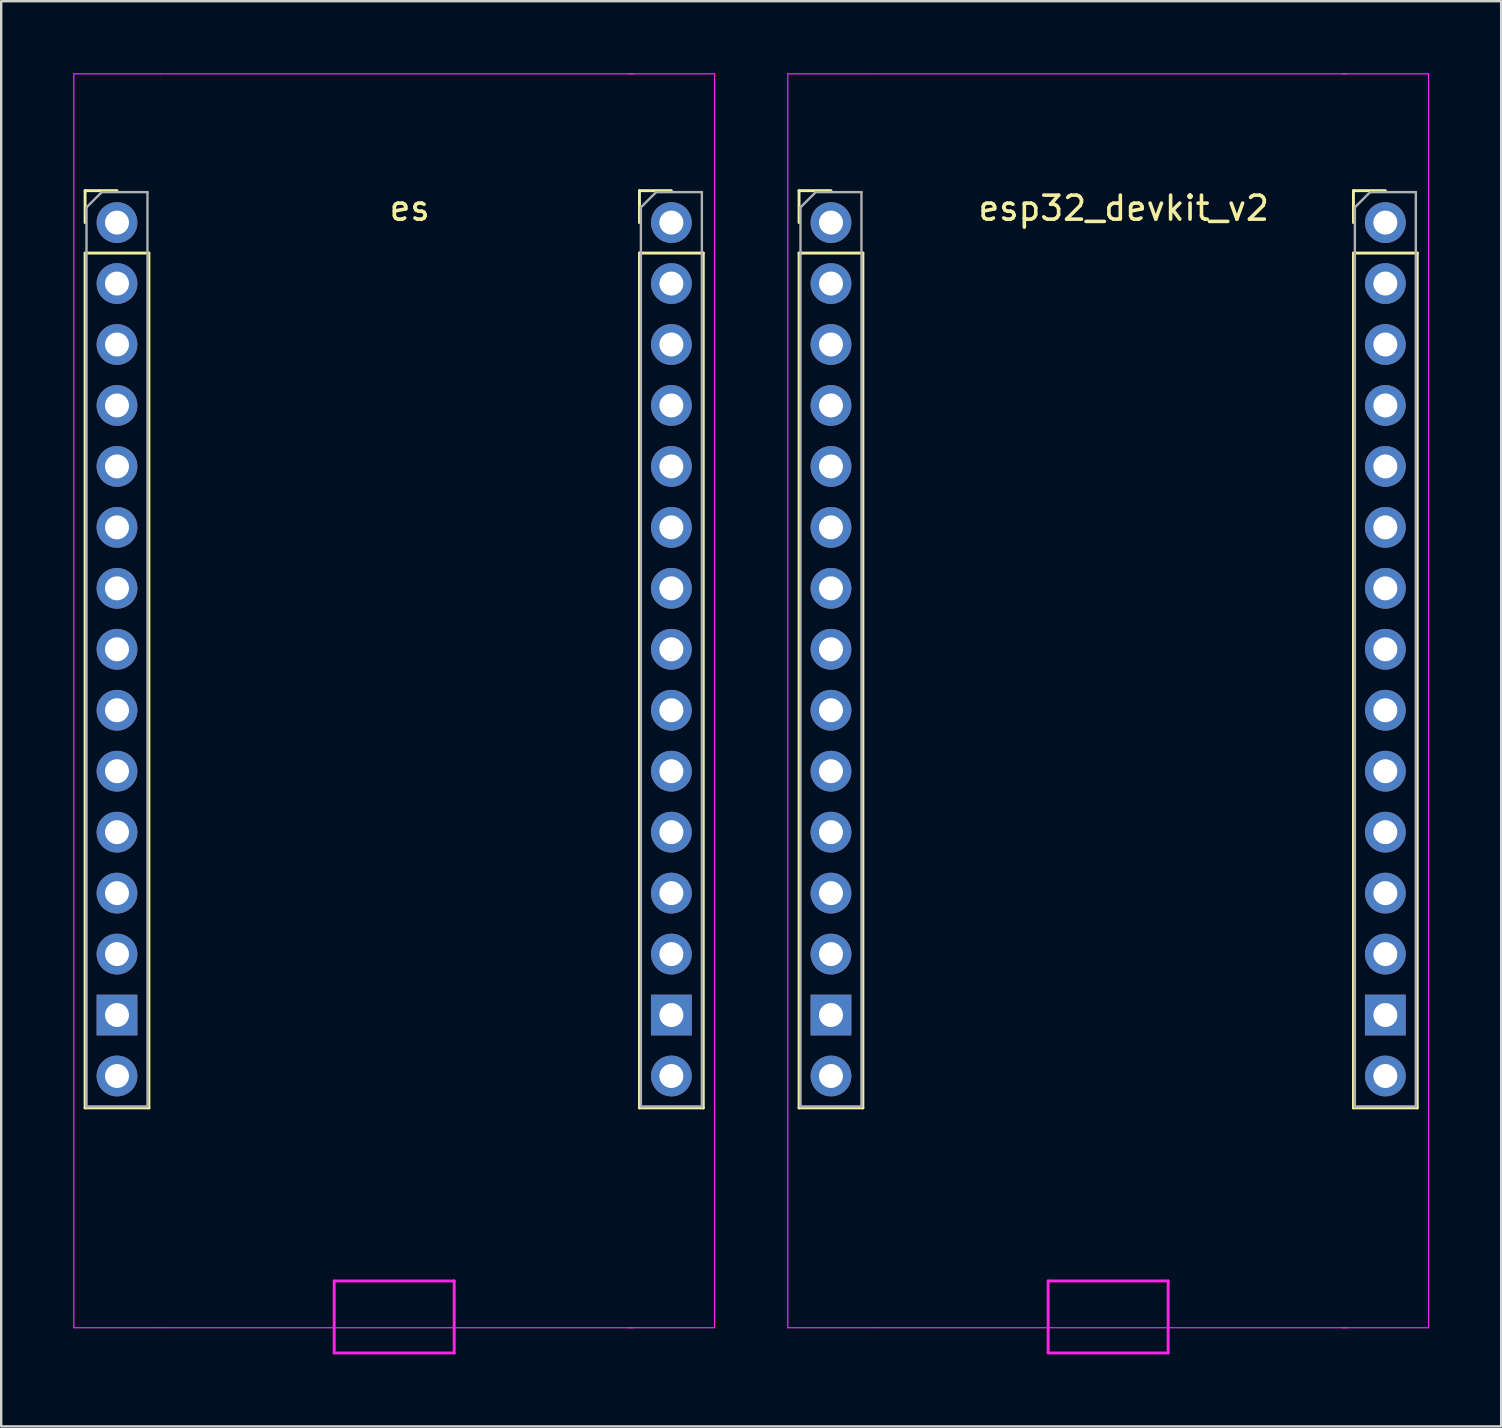
<source format=kicad_pcb>
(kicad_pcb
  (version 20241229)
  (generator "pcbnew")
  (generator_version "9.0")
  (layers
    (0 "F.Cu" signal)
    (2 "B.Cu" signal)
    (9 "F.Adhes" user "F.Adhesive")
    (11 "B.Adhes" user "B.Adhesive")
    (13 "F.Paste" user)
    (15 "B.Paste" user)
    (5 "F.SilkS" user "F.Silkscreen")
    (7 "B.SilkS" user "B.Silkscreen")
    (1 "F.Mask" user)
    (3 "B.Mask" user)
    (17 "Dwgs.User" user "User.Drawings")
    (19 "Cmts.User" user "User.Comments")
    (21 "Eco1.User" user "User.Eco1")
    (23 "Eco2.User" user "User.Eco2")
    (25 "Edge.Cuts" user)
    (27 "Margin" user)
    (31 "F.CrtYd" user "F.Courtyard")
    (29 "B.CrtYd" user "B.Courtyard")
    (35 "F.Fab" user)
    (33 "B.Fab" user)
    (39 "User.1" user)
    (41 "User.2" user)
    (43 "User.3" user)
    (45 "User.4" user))
  (footprint "esp32_devkit_v2"
    (layer "F.Cu")
    (at 31.575 6.225)
    (property "Reference" "esp32_devkit_v2" (at 12.2 -0.6 0) (layer "F.SilkS") (effects (font (size 1 1) (thickness 0.15))))
    (attr through_hole)
    (fp_line (start -1.33 -1.33) (end 0 -1.33) (stroke (width 0.12) (type solid)) (layer "F.SilkS"))
    (fp_line (start -1.33 0) (end -1.33 -1.33) (stroke (width 0.12) (type solid)) (layer "F.SilkS"))
    (fp_line (start -1.33 1.27) (end -1.33 36.89) (stroke (width 0.12) (type solid)) (layer "F.SilkS"))
    (fp_line (start -1.33 1.27) (end 1.33 1.27) (stroke (width 0.12) (type solid)) (layer "F.SilkS"))
    (fp_line (start -1.33 36.89) (end 1.33 36.89) (stroke (width 0.12) (type solid)) (layer "F.SilkS"))
    (fp_line (start 1.33 1.27) (end 1.33 36.89) (stroke (width 0.12) (type solid)) (layer "F.SilkS"))
    (fp_line (start 21.77 -1.33) (end 23.1 -1.33) (stroke (width 0.12) (type solid)) (layer "F.SilkS"))
    (fp_line (start 21.77 0) (end 21.77 -1.33) (stroke (width 0.12) (type solid)) (layer "F.SilkS"))
    (fp_line (start 21.77 1.27) (end 21.77 36.89) (stroke (width 0.12) (type solid)) (layer "F.SilkS"))
    (fp_line (start 21.77 1.27) (end 24.43 1.27) (stroke (width 0.12) (type solid)) (layer "F.SilkS"))
    (fp_line (start 21.77 36.89) (end 24.43 36.89) (stroke (width 0.12) (type solid)) (layer "F.SilkS"))
    (fp_line (start 24.43 1.27) (end 24.43 36.89) (stroke (width 0.12) (type solid)) (layer "F.SilkS"))
    (fp_line (start -1.8 -6.2) (end -1.8 46.05) (stroke (width 0.05) (type solid)) (layer "F.CrtYd"))
    (fp_line (start -1.8 46.05) (end 1.8 46.05) (stroke (width 0.05) (type solid)) (layer "F.CrtYd"))
    (fp_line (start 1.8 -6.2) (end -1.8 -6.2) (stroke (width 0.05) (type solid)) (layer "F.CrtYd"))
    (fp_line (start 1.8 -6.2) (end 21.5 -6.2) (stroke (width 0.05) (type solid)) (layer "F.CrtYd"))
    (fp_line (start 1.8 46.05) (end 21.5 46.05) (stroke (width 0.05) (type solid)) (layer "F.CrtYd"))
    (fp_line (start 9.05 44.1) (end 14.05 44.1) (stroke (width 0.12) (type solid)) (layer "F.CrtYd"))
    (fp_line (start 9.05 47.1) (end 9.05 44.1) (stroke (width 0.12) (type solid)) (layer "F.CrtYd"))
    (fp_line (start 14.05 44.1) (end 14.05 47.1) (stroke (width 0.12) (type solid)) (layer "F.CrtYd"))
    (fp_line (start 14.05 47.1) (end 9.05 47.1) (stroke (width 0.12) (type solid)) (layer "F.CrtYd"))
    (fp_line (start 21.3 46.05) (end 24.9 46.05) (stroke (width 0.05) (type solid)) (layer "F.CrtYd"))
    (fp_line (start 24.9 -6.2) (end 21.3 -6.2) (stroke (width 0.05) (type solid)) (layer "F.CrtYd"))
    (fp_line (start 24.9 46.05) (end 24.9 -6.2) (stroke (width 0.05) (type solid)) (layer "F.CrtYd"))
    (fp_line (start -1.27 -0.635) (end -0.635 -1.27) (stroke (width 0.1) (type solid)) (layer "F.Fab"))
    (fp_line (start -1.27 36.83) (end -1.27 -0.635) (stroke (width 0.1) (type solid)) (layer "F.Fab"))
    (fp_line (start -0.635 -1.27) (end 1.27 -1.27) (stroke (width 0.1) (type solid)) (layer "F.Fab"))
    (fp_line (start 1.27 -1.27) (end 1.27 36.83) (stroke (width 0.1) (type solid)) (layer "F.Fab"))
    (fp_line (start 1.27 36.83) (end -1.27 36.83) (stroke (width 0.1) (type solid)) (layer "F.Fab"))
    (fp_line (start 21.83 -0.635) (end 22.465 -1.27) (stroke (width 0.1) (type solid)) (layer "F.Fab"))
    (fp_line (start 21.83 36.83) (end 21.83 -0.635) (stroke (width 0.1) (type solid)) (layer "F.Fab"))
    (fp_line (start 22.465 -1.27) (end 24.37 -1.27) (stroke (width 0.1) (type solid)) (layer "F.Fab"))
    (fp_line (start 24.37 -1.27) (end 24.37 36.83) (stroke (width 0.1) (type solid)) (layer "F.Fab"))
    (fp_line (start 24.37 36.83) (end 21.83 36.83) (stroke (width 0.1) (type solid)) (layer "F.Fab"))
    (pad "3.3V" thru_hole oval (at 23.1 35.56) (size 1.7 1.7) (drill 1) (layers "*.Cu" "*.Mask"))
    (pad "5" thru_hole circle (at 0 2.54) (size 1.7 1.7) (drill 1) (layers "*.Cu" "*.Mask"))
    (pad "8" thru_hole oval (at 0 5.08) (size 1.7 1.7) (drill 1) (layers "*.Cu" "*.Mask"))
    (pad "9" thru_hole circle (at 0 0) (size 1.7 1.7) (drill 1) (layers "*.Cu" "*.Mask"))
    (pad "10" thru_hole oval (at 0 7.62) (size 1.7 1.7) (drill 1) (layers "*.Cu" "*.Mask"))
    (pad "11" thru_hole oval (at 0 10.16) (size 1.7 1.7) (drill 1) (layers "*.Cu" "*.Mask"))
    (pad "12" thru_hole oval (at 0 12.7) (size 1.7 1.7) (drill 1) (layers "*.Cu" "*.Mask"))
    (pad "13" thru_hole oval (at 0 15.24) (size 1.7 1.7) (drill 1) (layers "*.Cu" "*.Mask"))
    (pad "14" thru_hole oval (at 0 17.78) (size 1.7 1.7) (drill 1) (layers "*.Cu" "*.Mask"))
    (pad "15" thru_hole oval (at 0 20.32) (size 1.7 1.7) (drill 1) (layers "*.Cu" "*.Mask"))
    (pad "16" thru_hole oval (at 0 22.86) (size 1.7 1.7) (drill 1) (layers "*.Cu" "*.Mask"))
    (pad "17" thru_hole oval (at 0 25.4) (size 1.7 1.7) (drill 1) (layers "*.Cu" "*.Mask"))
    (pad "18" thru_hole oval (at 0 27.94) (size 1.7 1.7) (drill 1) (layers "*.Cu" "*.Mask"))
    (pad "20" thru_hole oval (at 0 30.48) (size 1.7 1.7) (drill 1) (layers "*.Cu" "*.Mask"))
    (pad "21" thru_hole oval (at 23.1 30.48) (size 1.7 1.7) (drill 1) (layers "*.Cu" "*.Mask"))
    (pad "22" thru_hole oval (at 23.1 27.94) (size 1.7 1.7) (drill 1) (layers "*.Cu" "*.Mask"))
    (pad "24" thru_hole oval (at 23.1 25.4) (size 1.7 1.7) (drill 1) (layers "*.Cu" "*.Mask"))
    (pad "25" thru_hole oval (at 23.1 22.86) (size 1.7 1.7) (drill 1) (layers "*.Cu" "*.Mask"))
    (pad "27" thru_hole oval (at 23.1 20.32) (size 1.7 1.7) (drill 1) (layers "*.Cu" "*.Mask"))
    (pad "34" thru_hole oval (at 23.1 17.78) (size 1.7 1.7) (drill 1) (layers "*.Cu" "*.Mask"))
    (pad "35" thru_hole oval (at 23.1 15.24) (size 1.7 1.7) (drill 1) (layers "*.Cu" "*.Mask"))
    (pad "36" thru_hole circle (at 23.1 0) (size 1.7 1.7) (drill 1) (layers "*.Cu" "*.Mask"))
    (pad "38" thru_hole circle (at 23.1 12.7) (size 1.7 1.7) (drill 1) (layers "*.Cu" "*.Mask"))
    (pad "39" thru_hole circle (at 23.1 2.54) (size 1.7 1.7) (drill 1) (layers "*.Cu" "*.Mask"))
    (pad "40" thru_hole oval (at 23.1 7.62) (size 1.7 1.7) (drill 1) (layers "*.Cu" "*.Mask"))
    (pad "41" thru_hole oval (at 23.1 5.08) (size 1.7 1.7) (drill 1) (layers "*.Cu" "*.Mask"))
    (pad "42" thru_hole oval (at 23.1 10.16) (size 1.7 1.7) (drill 1) (layers "*.Cu" "*.Mask"))
    (pad "GND" thru_hole rect (at 0 33.02) (size 1.7 1.7) (drill 1) (layers "*.Cu" "*.Mask"))
    (pad "GND" thru_hole rect (at 23.1 33.02) (size 1.7 1.7) (drill 1) (layers "*.Cu" "*.Mask"))
    (pad "VIN" thru_hole oval (at 0 35.56) (size 1.7 1.7) (drill 1) (layers "*.Cu" "*.Mask")))
  (footprint "es"
    (layer "F.Cu")
    (at 1.825 6.225)
    (property "Reference" "es" (at 12.2 -0.6 0) (layer "F.SilkS") (effects (font (size 1 1) (thickness 0.15))))
    (attr through_hole)
    (fp_line (start -1.33 -1.33) (end 0 -1.33) (stroke (width 0.12) (type solid)) (layer "F.SilkS"))
    (fp_line (start -1.33 0) (end -1.33 -1.33) (stroke (width 0.12) (type solid)) (layer "F.SilkS"))
    (fp_line (start -1.33 1.27) (end -1.33 36.89) (stroke (width 0.12) (type solid)) (layer "F.SilkS"))
    (fp_line (start -1.33 1.27) (end 1.33 1.27) (stroke (width 0.12) (type solid)) (layer "F.SilkS"))
    (fp_line (start -1.33 36.89) (end 1.33 36.89) (stroke (width 0.12) (type solid)) (layer "F.SilkS"))
    (fp_line (start 1.33 1.27) (end 1.33 36.89) (stroke (width 0.12) (type solid)) (layer "F.SilkS"))
    (fp_line (start 21.77 -1.33) (end 23.1 -1.33) (stroke (width 0.12) (type solid)) (layer "F.SilkS"))
    (fp_line (start 21.77 0) (end 21.77 -1.33) (stroke (width 0.12) (type solid)) (layer "F.SilkS"))
    (fp_line (start 21.77 1.27) (end 21.77 36.89) (stroke (width 0.12) (type solid)) (layer "F.SilkS"))
    (fp_line (start 21.77 1.27) (end 24.43 1.27) (stroke (width 0.12) (type solid)) (layer "F.SilkS"))
    (fp_line (start 21.77 36.89) (end 24.43 36.89) (stroke (width 0.12) (type solid)) (layer "F.SilkS"))
    (fp_line (start 24.43 1.27) (end 24.43 36.89) (stroke (width 0.12) (type solid)) (layer "F.SilkS"))
    (fp_line (start -1.8 -6.2) (end -1.8 46.05) (stroke (width 0.05) (type solid)) (layer "F.CrtYd"))
    (fp_line (start -1.8 46.05) (end 1.8 46.05) (stroke (width 0.05) (type solid)) (layer "F.CrtYd"))
    (fp_line (start 1.8 -6.2) (end -1.8 -6.2) (stroke (width 0.05) (type solid)) (layer "F.CrtYd"))
    (fp_line (start 1.8 -6.2) (end 21.5 -6.2) (stroke (width 0.05) (type solid)) (layer "F.CrtYd"))
    (fp_line (start 1.8 46.05) (end 21.5 46.05) (stroke (width 0.05) (type solid)) (layer "F.CrtYd"))
    (fp_line (start 9.05 44.1) (end 14.05 44.1) (stroke (width 0.12) (type solid)) (layer "F.CrtYd"))
    (fp_line (start 9.05 47.1) (end 9.05 44.1) (stroke (width 0.12) (type solid)) (layer "F.CrtYd"))
    (fp_line (start 14.05 44.1) (end 14.05 47.1) (stroke (width 0.12) (type solid)) (layer "F.CrtYd"))
    (fp_line (start 14.05 47.1) (end 9.05 47.1) (stroke (width 0.12) (type solid)) (layer "F.CrtYd"))
    (fp_line (start 21.3 46.05) (end 24.9 46.05) (stroke (width 0.05) (type solid)) (layer "F.CrtYd"))
    (fp_line (start 24.9 -6.2) (end 21.3 -6.2) (stroke (width 0.05) (type solid)) (layer "F.CrtYd"))
    (fp_line (start 24.9 46.05) (end 24.9 -6.2) (stroke (width 0.05) (type solid)) (layer "F.CrtYd"))
    (fp_line (start -1.27 -0.635) (end -0.635 -1.27) (stroke (width 0.1) (type solid)) (layer "F.Fab"))
    (fp_line (start -1.27 36.83) (end -1.27 -0.635) (stroke (width 0.1) (type solid)) (layer "F.Fab"))
    (fp_line (start -0.635 -1.27) (end 1.27 -1.27) (stroke (width 0.1) (type solid)) (layer "F.Fab"))
    (fp_line (start 1.27 -1.27) (end 1.27 36.83) (stroke (width 0.1) (type solid)) (layer "F.Fab"))
    (fp_line (start 1.27 36.83) (end -1.27 36.83) (stroke (width 0.1) (type solid)) (layer "F.Fab"))
    (fp_line (start 21.83 -0.635) (end 22.465 -1.27) (stroke (width 0.1) (type solid)) (layer "F.Fab"))
    (fp_line (start 21.83 36.83) (end 21.83 -0.635) (stroke (width 0.1) (type solid)) (layer "F.Fab"))
    (fp_line (start 22.465 -1.27) (end 24.37 -1.27) (stroke (width 0.1) (type solid)) (layer "F.Fab"))
    (fp_line (start 24.37 -1.27) (end 24.37 36.83) (stroke (width 0.1) (type solid)) (layer "F.Fab"))
    (fp_line (start 24.37 36.83) (end 21.83 36.83) (stroke (width 0.1) (type solid)) (layer "F.Fab"))
    (pad "3.3V" thru_hole oval (at 23.1 35.56) (size 1.7 1.7) (drill 1) (layers "*.Cu" "*.Mask"))
    (pad "5" thru_hole circle (at 0 2.54) (size 1.7 1.7) (drill 1) (layers "*.Cu" "*.Mask"))
    (pad "8" thru_hole oval (at 0 5.08) (size 1.7 1.7) (drill 1) (layers "*.Cu" "*.Mask"))
    (pad "9" thru_hole circle (at 0 0) (size 1.7 1.7) (drill 1) (layers "*.Cu" "*.Mask"))
    (pad "10" thru_hole oval (at 0 7.62) (size 1.7 1.7) (drill 1) (layers "*.Cu" "*.Mask"))
    (pad "11" thru_hole oval (at 0 10.16) (size 1.7 1.7) (drill 1) (layers "*.Cu" "*.Mask"))
    (pad "12" thru_hole oval (at 0 12.7) (size 1.7 1.7) (drill 1) (layers "*.Cu" "*.Mask"))
    (pad "13" thru_hole oval (at 0 15.24) (size 1.7 1.7) (drill 1) (layers "*.Cu" "*.Mask"))
    (pad "14" thru_hole oval (at 0 17.78) (size 1.7 1.7) (drill 1) (layers "*.Cu" "*.Mask"))
    (pad "15" thru_hole oval (at 0 20.32) (size 1.7 1.7) (drill 1) (layers "*.Cu" "*.Mask"))
    (pad "16" thru_hole oval (at 0 22.86) (size 1.7 1.7) (drill 1) (layers "*.Cu" "*.Mask"))
    (pad "17" thru_hole oval (at 0 25.4) (size 1.7 1.7) (drill 1) (layers "*.Cu" "*.Mask"))
    (pad "18" thru_hole oval (at 0 27.94) (size 1.7 1.7) (drill 1) (layers "*.Cu" "*.Mask"))
    (pad "20" thru_hole oval (at 0 30.48) (size 1.7 1.7) (drill 1) (layers "*.Cu" "*.Mask"))
    (pad "21" thru_hole oval (at 23.1 30.48) (size 1.7 1.7) (drill 1) (layers "*.Cu" "*.Mask"))
    (pad "22" thru_hole oval (at 23.1 27.94) (size 1.7 1.7) (drill 1) (layers "*.Cu" "*.Mask"))
    (pad "24" thru_hole oval (at 23.1 25.4) (size 1.7 1.7) (drill 1) (layers "*.Cu" "*.Mask"))
    (pad "25" thru_hole oval (at 23.1 22.86) (size 1.7 1.7) (drill 1) (layers "*.Cu" "*.Mask"))
    (pad "27" thru_hole oval (at 23.1 20.32) (size 1.7 1.7) (drill 1) (layers "*.Cu" "*.Mask"))
    (pad "34" thru_hole oval (at 23.1 17.78) (size 1.7 1.7) (drill 1) (layers "*.Cu" "*.Mask"))
    (pad "35" thru_hole oval (at 23.1 15.24) (size 1.7 1.7) (drill 1) (layers "*.Cu" "*.Mask"))
    (pad "36" thru_hole circle (at 23.1 0) (size 1.7 1.7) (drill 1) (layers "*.Cu" "*.Mask"))
    (pad "38" thru_hole circle (at 23.1 12.7) (size 1.7 1.7) (drill 1) (layers "*.Cu" "*.Mask"))
    (pad "39" thru_hole circle (at 23.1 2.54) (size 1.7 1.7) (drill 1) (layers "*.Cu" "*.Mask"))
    (pad "40" thru_hole oval (at 23.1 7.62) (size 1.7 1.7) (drill 1) (layers "*.Cu" "*.Mask"))
    (pad "41" thru_hole oval (at 23.1 5.08) (size 1.7 1.7) (drill 1) (layers "*.Cu" "*.Mask"))
    (pad "42" thru_hole oval (at 23.1 10.16) (size 1.7 1.7) (drill 1) (layers "*.Cu" "*.Mask"))
    (pad "GND" thru_hole rect (at 0 33.02) (size 1.7 1.7) (drill 1) (layers "*.Cu" "*.Mask"))
    (pad "GND" thru_hole rect (at 23.1 33.02) (size 1.7 1.7) (drill 1) (layers "*.Cu" "*.Mask"))
    (pad "VIN" thru_hole oval (at 0 35.56) (size 1.7 1.7) (drill 1) (layers "*.Cu" "*.Mask")))
  (gr_rect
    (start -3 -3)
    (end 59.5 56.385)
    (stroke (width 0.1) (type default))
    (fill no)
    (layer "Edge.Cuts")))
</source>
